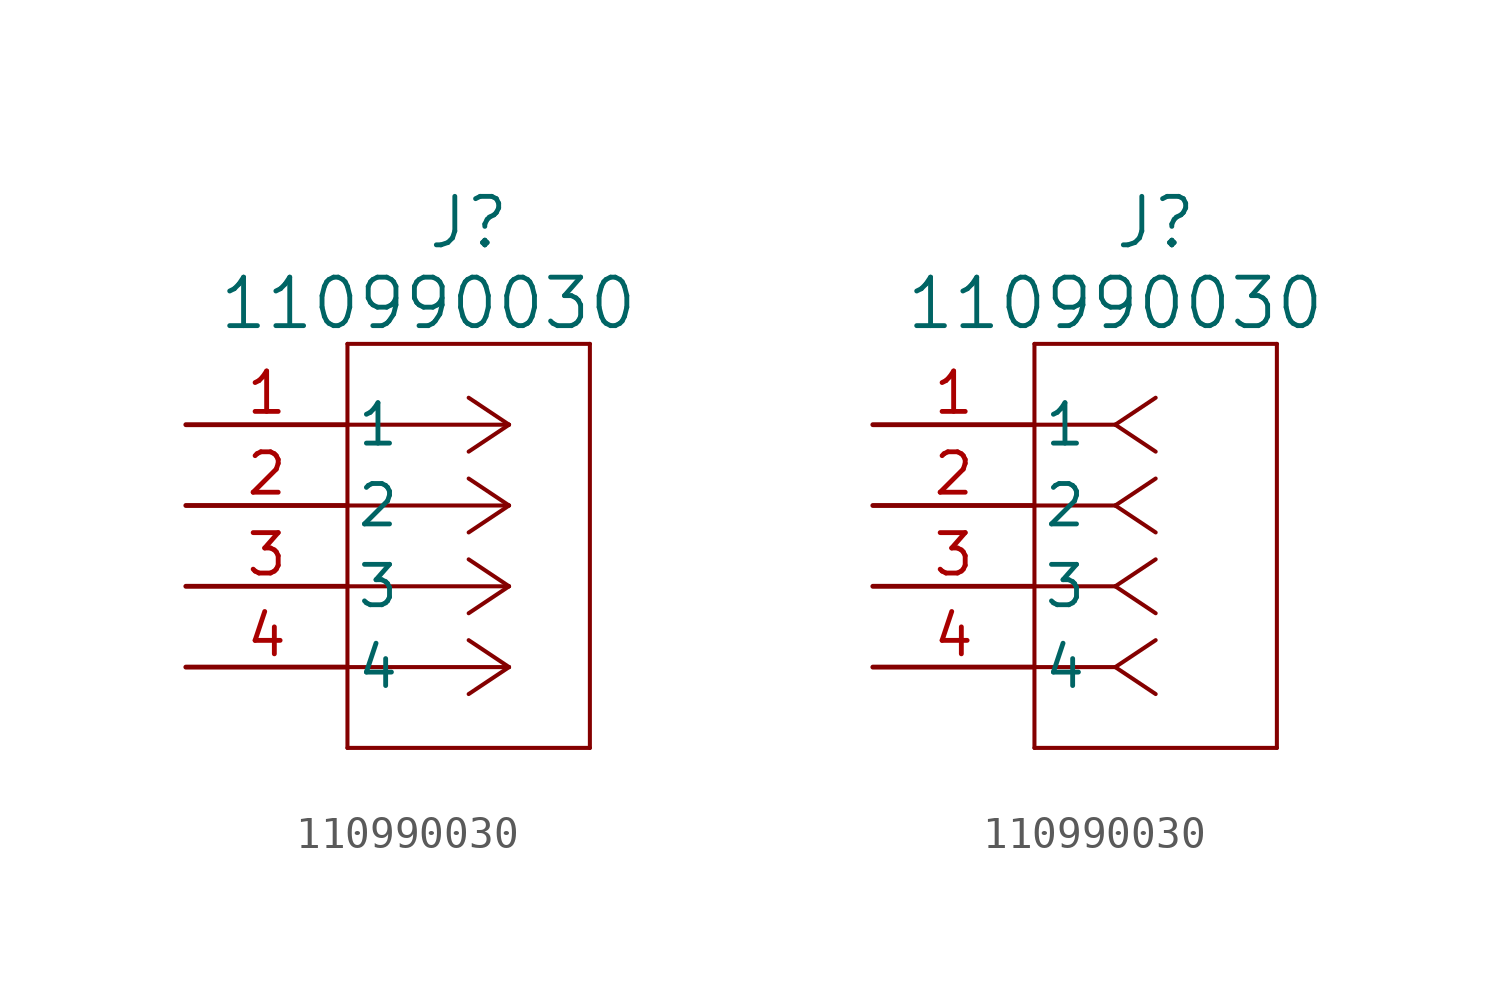
<source format=kicad_sym>
(kicad_symbol_lib
  (version 20220914)
  (generator kicad_symbol_editor)
  (symbol "110990030"
    (pin_names
      (offset 0.254))
    (property "Reference" "J"
      (at 8.89 6.35 0)
      (effects (font (size 1.524 1.524))))
    (property "Value" "110990030"
      (at 7.62 3.81 0)
      (effects (font (size 1.524 1.524))))
    (property "ki_locked" ""
      (at 0 0 0)
      (effects (font (size 1.27 1.27))))
    (symbol "110990030_1_1"
      (polyline (pts (xy 5.08 -10.16) (xy 12.7 -10.16)) (stroke (width 0.127) (type default)) (fill (type none)))
      (polyline (pts (xy 5.08 2.54) (xy 5.08 -10.16)) (stroke (width 0.127) (type default)) (fill (type none)))
      (polyline (pts (xy 10.16 -7.62) (xy 5.08 -7.62)) (stroke (width 0.127) (type default)) (fill (type none)))
      (polyline (pts (xy 10.16 -7.62) (xy 8.89 -8.467)) (stroke (width 0.127) (type default)) (fill (type none)))
      (polyline (pts (xy 10.16 -7.62) (xy 8.89 -6.773)) (stroke (width 0.127) (type default)) (fill (type none)))
      (polyline (pts (xy 10.16 -5.08) (xy 5.08 -5.08)) (stroke (width 0.127) (type default)) (fill (type none)))
      (polyline (pts (xy 10.16 -5.08) (xy 8.89 -5.927)) (stroke (width 0.127) (type default)) (fill (type none)))
      (polyline (pts (xy 10.16 -5.08) (xy 8.89 -4.233)) (stroke (width 0.127) (type default)) (fill (type none)))
      (polyline (pts (xy 10.16 -2.54) (xy 5.08 -2.54)) (stroke (width 0.127) (type default)) (fill (type none)))
      (polyline (pts (xy 10.16 -2.54) (xy 8.89 -3.387)) (stroke (width 0.127) (type default)) (fill (type none)))
      (polyline (pts (xy 10.16 -2.54) (xy 8.89 -1.693)) (stroke (width 0.127) (type default)) (fill (type none)))
      (polyline (pts (xy 10.16 0) (xy 5.08 0)) (stroke (width 0.127) (type default)) (fill (type none)))
      (polyline (pts (xy 10.16 0) (xy 8.89 -0.847)) (stroke (width 0.127) (type default)) (fill (type none)))
      (polyline (pts (xy 10.16 0) (xy 8.89 0.847)) (stroke (width 0.127) (type default)) (fill (type none)))
      (polyline (pts (xy 12.7 -10.16) (xy 12.7 2.54)) (stroke (width 0.127) (type default)) (fill (type none)))
      (polyline (pts (xy 12.7 2.54) (xy 5.08 2.54)) (stroke (width 0.127) (type default)) (fill (type none)))
      (pin power_in line (at 0 0 0) (length 5.08) (name "1" (effects (font (size 1.27 1.27)))) (number "1" (effects (font (size 1.27 1.27)))))
      (pin input line (at 0 -2.54 0) (length 5.08) (name "2" (effects (font (size 1.27 1.27)))) (number "2" (effects (font (size 1.27 1.27)))))
      (pin output line (at 0 -5.08 0) (length 5.08) (name "3" (effects (font (size 1.27 1.27)))) (number "3" (effects (font (size 1.27 1.27)))))
      (pin power_in line (at 0 -7.62 0) (length 5.08) (name "4" (effects (font (size 1.27 1.27)))) (number "4" (effects (font (size 1.27 1.27))))))
    (symbol "110990030_1_2"
      (polyline (pts (xy 5.08 -10.16) (xy 12.7 -10.16)) (stroke (width 0.127) (type default)) (fill (type none)))
      (polyline (pts (xy 5.08 2.54) (xy 5.08 -10.16)) (stroke (width 0.127) (type default)) (fill (type none)))
      (polyline (pts (xy 7.62 -7.62) (xy 5.08 -7.62)) (stroke (width 0.127) (type default)) (fill (type none)))
      (polyline (pts (xy 7.62 -7.62) (xy 8.89 -8.467)) (stroke (width 0.127) (type default)) (fill (type none)))
      (polyline (pts (xy 7.62 -7.62) (xy 8.89 -6.773)) (stroke (width 0.127) (type default)) (fill (type none)))
      (polyline (pts (xy 7.62 -5.08) (xy 5.08 -5.08)) (stroke (width 0.127) (type default)) (fill (type none)))
      (polyline (pts (xy 7.62 -5.08) (xy 8.89 -5.927)) (stroke (width 0.127) (type default)) (fill (type none)))
      (polyline (pts (xy 7.62 -5.08) (xy 8.89 -4.233)) (stroke (width 0.127) (type default)) (fill (type none)))
      (polyline (pts (xy 7.62 -2.54) (xy 5.08 -2.54)) (stroke (width 0.127) (type default)) (fill (type none)))
      (polyline (pts (xy 7.62 -2.54) (xy 8.89 -3.387)) (stroke (width 0.127) (type default)) (fill (type none)))
      (polyline (pts (xy 7.62 -2.54) (xy 8.89 -1.693)) (stroke (width 0.127) (type default)) (fill (type none)))
      (polyline (pts (xy 7.62 0) (xy 5.08 0)) (stroke (width 0.127) (type default)) (fill (type none)))
      (polyline (pts (xy 7.62 0) (xy 8.89 -0.847)) (stroke (width 0.127) (type default)) (fill (type none)))
      (polyline (pts (xy 7.62 0) (xy 8.89 0.847)) (stroke (width 0.127) (type default)) (fill (type none)))
      (polyline (pts (xy 12.7 -10.16) (xy 12.7 2.54)) (stroke (width 0.127) (type default)) (fill (type none)))
      (polyline (pts (xy 12.7 2.54) (xy 5.08 2.54)) (stroke (width 0.127) (type default)) (fill (type none)))
      (pin unspecified line (at 0 0 0) (length 5.08) (name "1" (effects (font (size 1.27 1.27)))) (number "1" (effects (font (size 1.27 1.27)))))
      (pin unspecified line (at 0 -2.54 0) (length 5.08) (name "2" (effects (font (size 1.27 1.27)))) (number "2" (effects (font (size 1.27 1.27)))))
      (pin unspecified line (at 0 -5.08 0) (length 5.08) (name "3" (effects (font (size 1.27 1.27)))) (number "3" (effects (font (size 1.27 1.27)))))
      (pin unspecified line (at 0 -7.62 0) (length 5.08) (name "4" (effects (font (size 1.27 1.27)))) (number "4" (effects (font (size 1.27 1.27))))))))
</source>
